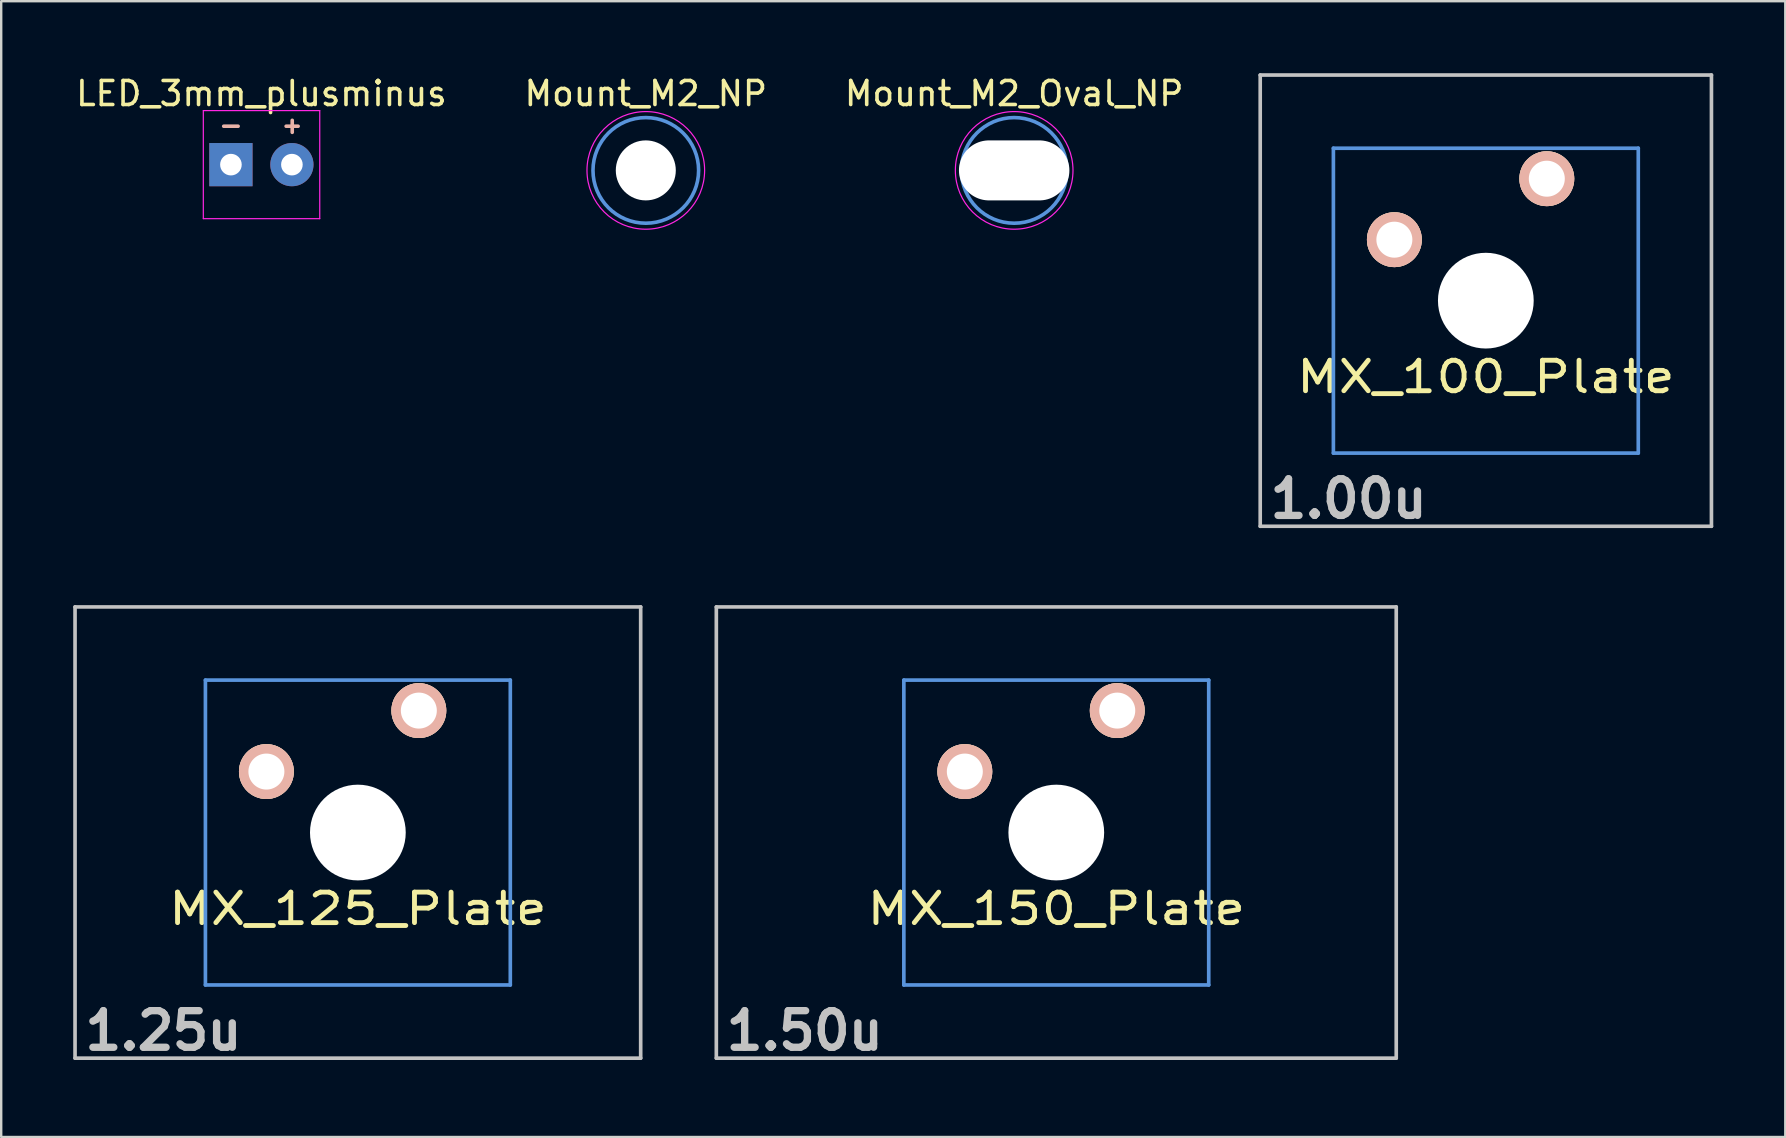
<source format=kicad_pcb>
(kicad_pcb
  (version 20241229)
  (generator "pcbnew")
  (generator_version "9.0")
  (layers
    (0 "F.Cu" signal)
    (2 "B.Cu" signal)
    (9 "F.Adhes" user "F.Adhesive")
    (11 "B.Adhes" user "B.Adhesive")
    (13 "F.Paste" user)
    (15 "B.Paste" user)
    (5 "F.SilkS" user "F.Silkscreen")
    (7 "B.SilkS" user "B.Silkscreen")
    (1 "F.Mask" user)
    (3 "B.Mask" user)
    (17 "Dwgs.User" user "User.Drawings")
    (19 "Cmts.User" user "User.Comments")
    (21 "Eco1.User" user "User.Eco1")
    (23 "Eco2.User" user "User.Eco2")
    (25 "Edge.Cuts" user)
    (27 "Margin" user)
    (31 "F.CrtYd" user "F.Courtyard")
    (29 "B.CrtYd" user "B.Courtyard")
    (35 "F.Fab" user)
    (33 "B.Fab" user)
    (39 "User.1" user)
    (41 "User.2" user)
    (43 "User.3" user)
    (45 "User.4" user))
  (footprint "Mount_M2_NP"
    (layer "F.Cu")
    (at 23.851 4.048)
    (property "Reference" "Mount_M2_NP" (at 0 -3.2 0) (layer "F.SilkS") (effects (font (size 1 1) (thickness 0.15))))
    (attr through_hole)
    (fp_circle (center 0 0) (end 2.2 0) (stroke (width 0.15) (type solid)) (fill no) (layer "Cmts.User"))
    (fp_circle (center 0 0) (end 2.45 0) (stroke (width 0.05) (type solid)) (fill no) (layer "F.CrtYd"))
    (pad "" np_thru_hole circle (at 0 0) (size 2.5 2.5) (drill 2.5) (layers "*.Cu" "*.Mask")))
  (footprint "MX_125_Plate"
    (layer "F.Cu")
    (at 11.857 31.63)
    (property "Reference" "MX_125_Plate" (at 0 3.175 0) (layer "F.SilkS") (effects (font (size 1.27 1.524) (thickness 0.203))))
    (attr through_hole)
    (fp_line (start -11.781 -9.398) (end 11.781 -9.398) (stroke (width 0.152) (type solid)) (layer "Dwgs.User"))
    (fp_line (start -11.781 9.398) (end -11.781 -9.398) (stroke (width 0.152) (type solid)) (layer "Dwgs.User"))
    (fp_line (start 11.781 -9.398) (end 11.781 9.398) (stroke (width 0.152) (type solid)) (layer "Dwgs.User"))
    (fp_line (start 11.781 9.398) (end -11.781 9.398) (stroke (width 0.152) (type solid)) (layer "Dwgs.User"))
    (fp_line (start -6.35 -6.35) (end 6.35 -6.35) (stroke (width 0.152) (type solid)) (layer "Cmts.User"))
    (fp_line (start -6.35 6.35) (end -6.35 -6.35) (stroke (width 0.152) (type solid)) (layer "Cmts.User"))
    (fp_line (start 6.35 -6.35) (end 6.35 6.35) (stroke (width 0.152) (type solid)) (layer "Cmts.User"))
    (fp_line (start 6.35 6.35) (end -6.35 6.35) (stroke (width 0.152) (type solid)) (layer "Cmts.User"))
    (fp_line (start -6.985 -6.985) (end 6.985 -6.985) (stroke (width 0.152) (type solid)) (layer "Eco2.User"))
    (fp_line (start -6.985 6.985) (end -6.985 -6.985) (stroke (width 0.152) (type solid)) (layer "Eco2.User"))
    (fp_line (start 6.985 -6.985) (end 6.985 6.985) (stroke (width 0.152) (type solid)) (layer "Eco2.User"))
    (fp_line (start 6.985 6.985) (end -6.985 6.985) (stroke (width 0.152) (type solid)) (layer "Eco2.User"))
    (fp_text user "1.25u" (at -8.098 8.255 0) (layer "Dwgs.User") (effects (font (size 1.524 1.524) (thickness 0.305))))
    (pad "" np_thru_hole circle (at 0 0) (size 3.988 3.988) (drill 3.988) (layers "*.Cu"))
    (pad "1" thru_hole circle (at 2.54 -5.08) (size 2.286 2.286) (drill 1.499) (layers "*.Cu" "*.SilkS" "*.Mask"))
    (pad "2" thru_hole circle (at -3.81 -2.54) (size 2.286 2.286) (drill 1.499) (layers "*.Cu" "*.SilkS" "*.Mask")))
  (footprint "LED_3mm_plusminus"
    (layer "F.Cu")
    (at 6.569 3.808)
    (property "Reference" "LED_3mm_plusminus" (at 1.27 -2.96 0) (layer "F.SilkS") (effects (font (size 1 1) (thickness 0.15))))
    (attr through_hole)
    (fp_line (start -0.3 -1.6) (end 0.3 -1.6) (stroke (width 0.15) (type solid)) (layer "B.SilkS"))
    (fp_line (start 2.3 -1.6) (end 2.8 -1.6) (stroke (width 0.15) (type solid)) (layer "B.SilkS"))
    (fp_line (start 2.554 -1.346) (end 2.554 -1.846) (stroke (width 0.15) (type solid)) (layer "B.SilkS"))
    (fp_line (start -1.15 -2.25) (end -1.15 2.25) (stroke (width 0.05) (type solid)) (layer "F.CrtYd"))
    (fp_line (start -1.15 2.25) (end 3.7 2.25) (stroke (width 0.05) (type solid)) (layer "F.CrtYd"))
    (fp_line (start 3.7 -2.25) (end -1.15 -2.25) (stroke (width 0.05) (type solid)) (layer "F.CrtYd"))
    (fp_line (start 3.7 2.25) (end 3.7 -2.25) (stroke (width 0.05) (type solid)) (layer "F.CrtYd"))
    (pad "1" thru_hole rect (at 0 0) (size 1.8 1.8) (drill 0.9) (layers "*.Cu" "*.Mask"))
    (pad "2" thru_hole circle (at 2.54 0) (size 1.8 1.8) (drill 0.9) (layers "*.Cu" "*.Mask")))
  (footprint "Mount_M2_Oval_NP"
    (layer "F.Cu")
    (at 39.196 4.048)
    (property "Reference" "Mount_M2_Oval_NP" (at 0 -3.2 0) (layer "F.SilkS") (effects (font (size 1 1) (thickness 0.15))))
    (attr through_hole)
    (fp_circle (center 0 0) (end 2.2 0) (stroke (width 0.15) (type solid)) (fill no) (layer "Cmts.User"))
    (fp_circle (center 0 0) (end 2.45 0) (stroke (width 0.05) (type solid)) (fill no) (layer "F.CrtYd"))
    (pad "" np_thru_hole oval (at 0 0) (size 4.6 2.5) (drill oval 4.6 2.5) (layers "*.Cu" "*.Mask")))
  (footprint "MX_150_Plate"
    (layer "F.Cu")
    (at 40.95 31.63)
    (property "Reference" "MX_150_Plate" (at 0 3.175 0) (layer "F.SilkS") (effects (font (size 1.27 1.524) (thickness 0.203))))
    (attr through_hole)
    (fp_line (start -14.161 -9.398) (end 14.161 -9.398) (stroke (width 0.152) (type solid)) (layer "Dwgs.User"))
    (fp_line (start -14.161 9.398) (end -14.161 -9.398) (stroke (width 0.152) (type solid)) (layer "Dwgs.User"))
    (fp_line (start 14.161 -9.398) (end 14.161 9.398) (stroke (width 0.152) (type solid)) (layer "Dwgs.User"))
    (fp_line (start 14.161 9.398) (end -14.161 9.398) (stroke (width 0.152) (type solid)) (layer "Dwgs.User"))
    (fp_line (start -6.35 -6.35) (end 6.35 -6.35) (stroke (width 0.152) (type solid)) (layer "Cmts.User"))
    (fp_line (start -6.35 6.35) (end -6.35 -6.35) (stroke (width 0.152) (type solid)) (layer "Cmts.User"))
    (fp_line (start 6.35 -6.35) (end 6.35 6.35) (stroke (width 0.152) (type solid)) (layer "Cmts.User"))
    (fp_line (start 6.35 6.35) (end -6.35 6.35) (stroke (width 0.152) (type solid)) (layer "Cmts.User"))
    (fp_line (start -6.985 -6.985) (end 6.985 -6.985) (stroke (width 0.152) (type solid)) (layer "Eco2.User"))
    (fp_line (start -6.985 6.985) (end -6.985 -6.985) (stroke (width 0.152) (type solid)) (layer "Eco2.User"))
    (fp_line (start 6.985 -6.985) (end 6.985 6.985) (stroke (width 0.152) (type solid)) (layer "Eco2.User"))
    (fp_line (start 6.985 6.985) (end -6.985 6.985) (stroke (width 0.152) (type solid)) (layer "Eco2.User"))
    (fp_text user "1.50u" (at -10.477 8.255 0) (layer "Dwgs.User") (effects (font (size 1.524 1.524) (thickness 0.305))))
    (pad "" np_thru_hole circle (at 0 0) (size 3.988 3.988) (drill 3.988) (layers "*.Cu"))
    (pad "1" thru_hole circle (at 2.54 -5.08) (size 2.286 2.286) (drill 1.499) (layers "*.Cu" "*.SilkS" "*.Mask"))
    (pad "2" thru_hole circle (at -3.81 -2.54) (size 2.286 2.286) (drill 1.499) (layers "*.Cu" "*.SilkS" "*.Mask")))
  (footprint "MX_100_Plate"
    (layer "F.Cu")
    (at 58.843 9.474)
    (property "Reference" "MX_100_Plate" (at 0 3.175 0) (layer "F.SilkS") (effects (font (size 1.27 1.524) (thickness 0.203))))
    (attr through_hole)
    (fp_line (start -9.398 -9.398) (end 9.398 -9.398) (stroke (width 0.152) (type solid)) (layer "Dwgs.User"))
    (fp_line (start -9.398 9.398) (end -9.398 -9.398) (stroke (width 0.152) (type solid)) (layer "Dwgs.User"))
    (fp_line (start 9.398 -9.398) (end 9.398 9.398) (stroke (width 0.152) (type solid)) (layer "Dwgs.User"))
    (fp_line (start 9.398 9.398) (end -9.398 9.398) (stroke (width 0.152) (type solid)) (layer "Dwgs.User"))
    (fp_line (start -6.35 -6.35) (end 6.35 -6.35) (stroke (width 0.152) (type solid)) (layer "Cmts.User"))
    (fp_line (start -6.35 6.35) (end -6.35 -6.35) (stroke (width 0.152) (type solid)) (layer "Cmts.User"))
    (fp_line (start 6.35 -6.35) (end 6.35 6.35) (stroke (width 0.152) (type solid)) (layer "Cmts.User"))
    (fp_line (start 6.35 6.35) (end -6.35 6.35) (stroke (width 0.152) (type solid)) (layer "Cmts.User"))
    (fp_line (start -6.985 -6.985) (end 6.985 -6.985) (stroke (width 0.152) (type solid)) (layer "Eco2.User"))
    (fp_line (start -6.985 6.985) (end -6.985 -6.985) (stroke (width 0.152) (type solid)) (layer "Eco2.User"))
    (fp_line (start 6.985 -6.985) (end 6.985 6.985) (stroke (width 0.152) (type solid)) (layer "Eco2.User"))
    (fp_line (start 6.985 6.985) (end -6.985 6.985) (stroke (width 0.152) (type solid)) (layer "Eco2.User"))
    (fp_text user "1.00u" (at -5.715 8.255 0) (layer "Dwgs.User") (effects (font (size 1.524 1.524) (thickness 0.305))))
    (pad "" np_thru_hole circle (at 0 0) (size 3.988 3.988) (drill 3.988) (layers "*.Cu"))
    (pad "1" thru_hole circle (at 2.54 -5.08) (size 2.286 2.286) (drill 1.499) (layers "*.Cu" "*.SilkS" "*.Mask"))
    (pad "2" thru_hole circle (at -3.81 -2.54) (size 2.286 2.286) (drill 1.499) (layers "*.Cu" "*.SilkS" "*.Mask")))
  (gr_rect
    (start -3 -3)
    (end 71.317 44.311)
    (stroke (width 0.1) (type default))
    (fill no)
    (layer "Edge.Cuts")))
</source>
